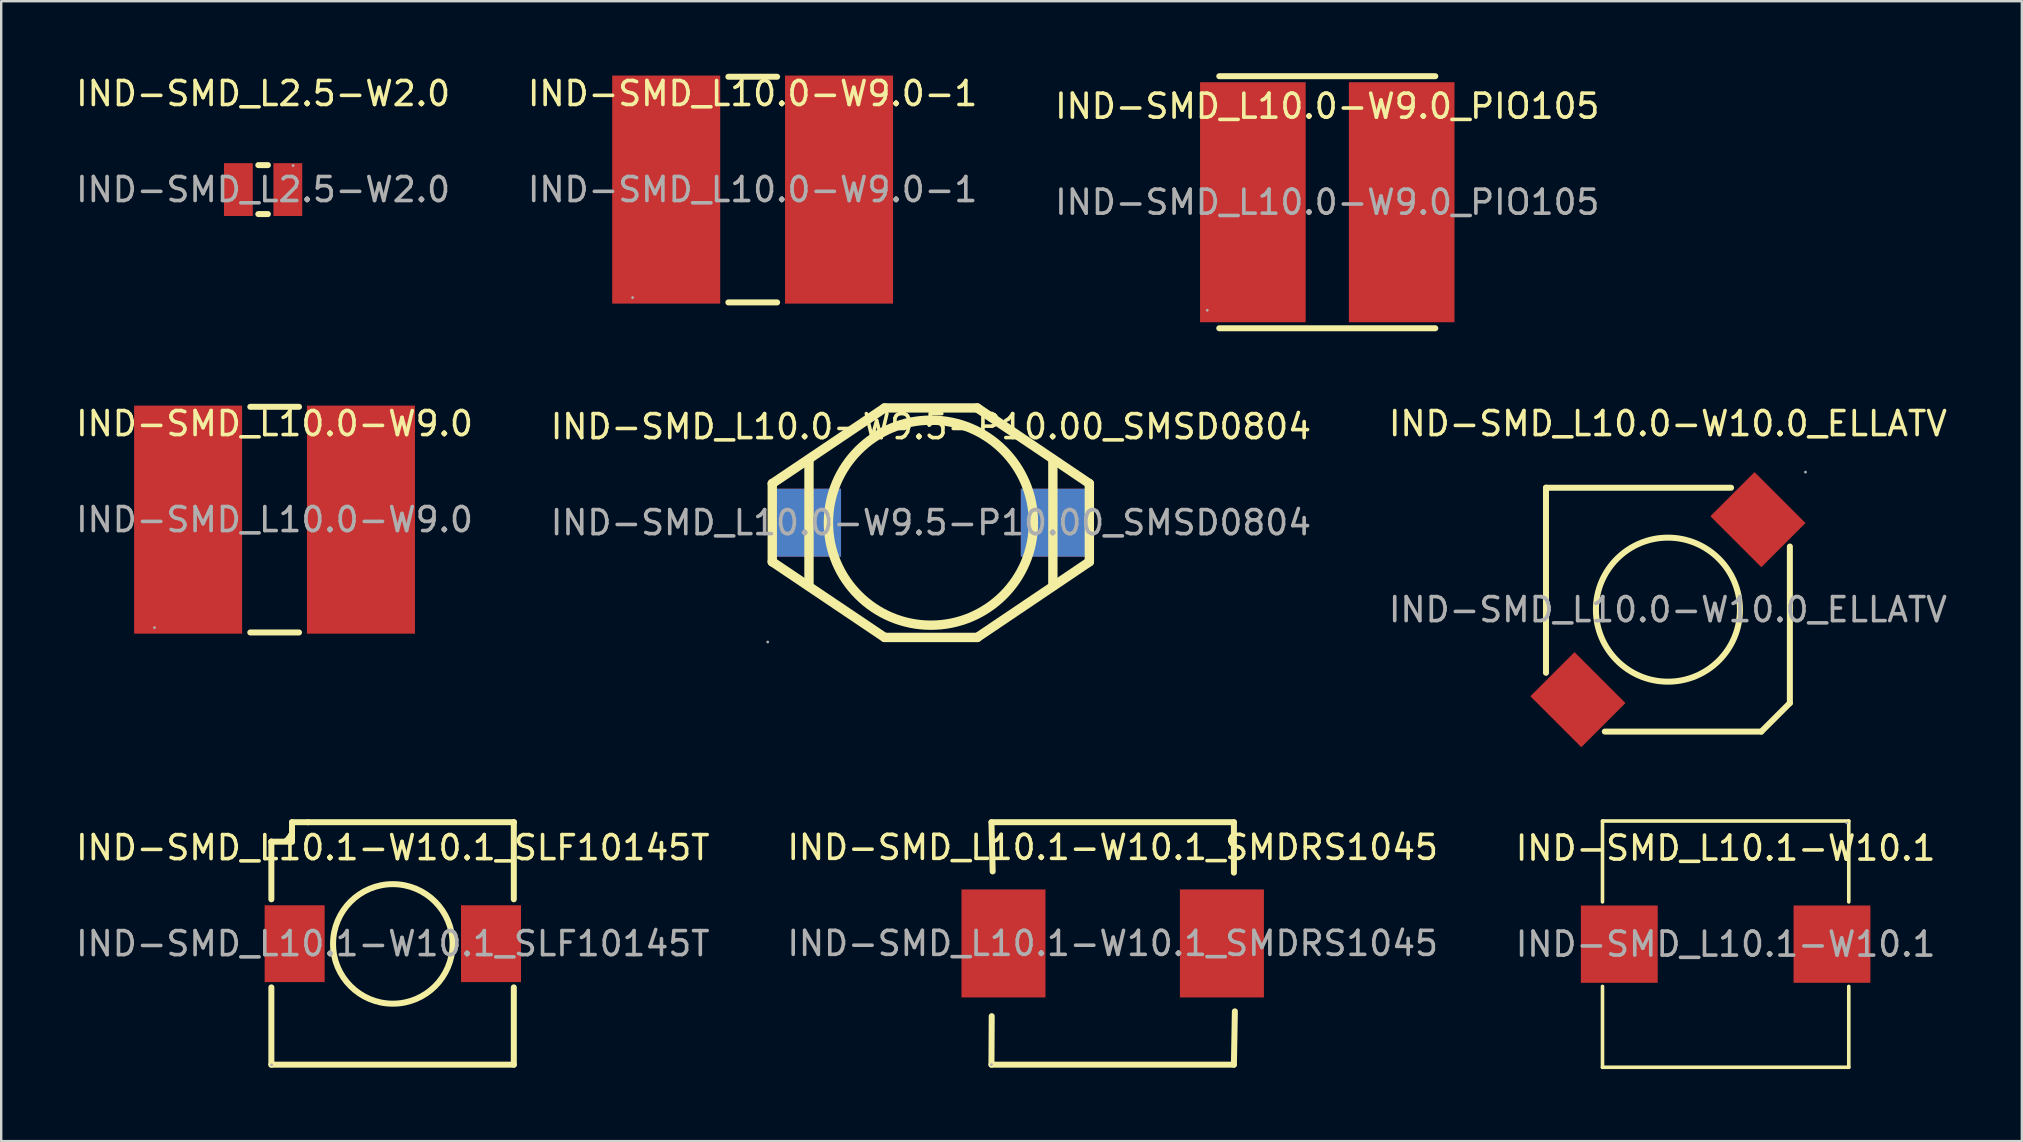
<source format=kicad_pcb>
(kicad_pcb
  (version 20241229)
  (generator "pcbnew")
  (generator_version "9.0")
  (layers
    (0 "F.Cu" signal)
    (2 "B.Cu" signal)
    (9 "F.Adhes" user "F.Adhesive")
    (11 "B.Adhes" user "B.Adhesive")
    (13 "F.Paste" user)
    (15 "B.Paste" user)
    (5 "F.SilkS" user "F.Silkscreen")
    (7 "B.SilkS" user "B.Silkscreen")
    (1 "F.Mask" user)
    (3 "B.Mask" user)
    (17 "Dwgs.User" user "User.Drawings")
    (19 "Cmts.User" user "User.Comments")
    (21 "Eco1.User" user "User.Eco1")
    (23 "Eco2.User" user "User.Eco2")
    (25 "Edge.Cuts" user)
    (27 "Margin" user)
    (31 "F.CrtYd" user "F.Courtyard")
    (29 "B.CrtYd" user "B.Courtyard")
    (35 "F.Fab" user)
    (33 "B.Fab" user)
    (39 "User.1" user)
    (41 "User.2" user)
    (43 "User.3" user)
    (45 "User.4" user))
  (footprint "IND-SMD_L10.0-W10.0_ELLATV"
    (layer "F.Cu")
    (at 66.435 22.348)
    (property "Reference" "IND-SMD_L10.0-W10.0_ELLATV" (at 0 -7.75 0) (layer "F.SilkS") (effects (font (size 1 1) (thickness 0.15))))
    (attr through_hole)
    (fp_line (start -5.08 -5.08) (end -5.08 2.63) (stroke (width 0.25) (type solid)) (layer "F.SilkS"))
    (fp_line (start -2.63 5.08) (end 3.89 5.08) (stroke (width 0.25) (type solid)) (layer "F.SilkS"))
    (fp_line (start 2.63 -5.08) (end -5.08 -5.08) (stroke (width 0.25) (type solid)) (layer "F.SilkS"))
    (fp_line (start 3.89 5.08) (end 5.08 3.89) (stroke (width 0.25) (type solid)) (layer "F.SilkS"))
    (fp_line (start 5.08 3.89) (end 5.08 -2.63) (stroke (width 0.25) (type solid)) (layer "F.SilkS"))
    (fp_circle (center 0 0) (end 3 0) (stroke (width 0.25) (type solid)) (fill no) (layer "F.SilkS"))
    (fp_circle (center 5.73 -5.73) (end 5.76 -5.73) (stroke (width 0.06) (type solid)) (fill no) (layer "F.Fab"))
    (fp_text user "${REFERENCE}" (at 0 0 0) (layer "F.Fab") (effects (font (size 1 1) (thickness 0.15))))
    (pad "1" smd rect (at 3.75 -3.75 135) (size 3 2.6) (layers "F.Cu" "F.Mask" "F.Paste"))
    (pad "2" smd rect (at -3.75 3.75 315) (size 3 2.6) (layers "F.Cu" "F.Mask" "F.Paste")))
  (footprint "IND-SMD_L10.0-W9.0_PIO105"
    (layer "F.Cu")
    (at 52.244 5.375)
    (property "Reference" "IND-SMD_L10.0-W9.0_PIO105" (at 0 -4 0) (layer "F.SilkS") (effects (font (size 1 1) (thickness 0.15))))
    (attr through_hole)
    (fp_line (start -4.5 -5.25) (end 4.5 -5.25) (stroke (width 0.25) (type solid)) (layer "F.SilkS"))
    (fp_line (start -4.5 5.25) (end 4.5 5.25) (stroke (width 0.25) (type solid)) (layer "F.SilkS"))
    (fp_circle (center -5 4.5) (end -4.97 4.5) (stroke (width 0.06) (type solid)) (fill no) (layer "F.Fab"))
    (fp_text user "${REFERENCE}" (at 0 0 0) (layer "F.Fab") (effects (font (size 1 1) (thickness 0.15))))
    (pad "1" smd rect (at -3.1 0 90) (size 10 4.4) (layers "F.Cu" "F.Mask" "F.Paste"))
    (pad "2" smd rect (at 3.1 0 90) (size 10 4.4) (layers "F.Cu" "F.Mask" "F.Paste")))
  (footprint "IND-SMD_L10.0-W9.5-P10.00_SMSD0804"
    (layer "F.Cu")
    (at 35.732 18.725)
    (property "Reference" "IND-SMD_L10.0-W9.5-P10.00_SMSD0804" (at 0 -4 0) (layer "F.SilkS") (effects (font (size 1 1) (thickness 0.15))))
    (attr through_hole)
    (fp_line (start -6.61 -1.63) (end -6.61 1.63) (stroke (width 0.39) (type solid)) (layer "F.SilkS"))
    (fp_line (start -6.61 -1.63) (end -1.93 -4.78) (stroke (width 0.39) (type solid)) (layer "F.SilkS"))
    (fp_line (start -5.08 2.64) (end -5.08 -2.64) (stroke (width 0.39) (type solid)) (layer "F.SilkS"))
    (fp_line (start -1.93 -4.78) (end 1.93 -4.78) (stroke (width 0.39) (type solid)) (layer "F.SilkS"))
    (fp_line (start -1.93 4.78) (end -6.61 1.63) (stroke (width 0.39) (type solid)) (layer "F.SilkS"))
    (fp_line (start -1.93 4.78) (end 1.93 4.78) (stroke (width 0.39) (type solid)) (layer "F.SilkS"))
    (fp_line (start 1.93 -4.78) (end 6.6 -1.63) (stroke (width 0.39) (type solid)) (layer "F.SilkS"))
    (fp_line (start 5.08 2.64) (end 5.08 -2.64) (stroke (width 0.39) (type solid)) (layer "F.SilkS"))
    (fp_line (start 6.6 -1.63) (end 6.6 1.63) (stroke (width 0.39) (type solid)) (layer "F.SilkS"))
    (fp_line (start 6.6 1.63) (end 1.93 4.78) (stroke (width 0.39) (type solid)) (layer "F.SilkS"))
    (fp_circle (center 0 0) (end 4.27 0) (stroke (width 0.39) (type solid)) (fill no) (layer "F.SilkS"))
    (fp_circle (center -6.8 4.97) (end -6.77 4.97) (stroke (width 0.06) (type solid)) (fill no) (layer "F.Fab"))
    (fp_text user "${REFERENCE}" (at 0 0 0) (layer "F.Fab") (effects (font (size 1 1) (thickness 0.15))))
    (pad "1" thru_hole rect (at -5.23 0) (size 2.97 2.83) (drill 0.001) (layers "F.Cu" "F.Mask" "F.Paste"))
    (pad "2" thru_hole rect (at 5.23 0) (size 2.97 2.83) (drill 0.001) (layers "F.Cu" "F.Mask" "F.Paste")))
  (footprint "IND-SMD_L10.1-W10.1"
    (layer "F.Cu")
    (at 68.839 36.283)
    (property "Reference" "IND-SMD_L10.1-W10.1" (at 0 -4 0) (layer "F.SilkS") (effects (font (size 1 1) (thickness 0.15))))
    (attr through_hole)
    (fp_line (start -5.13 -5.13) (end 5.13 -5.13) (stroke (width 0.15) (type solid)) (layer "F.SilkS"))
    (fp_line (start -5.13 -1.76) (end -5.13 -5.13) (stroke (width 0.15) (type solid)) (layer "F.SilkS"))
    (fp_line (start -5.13 1.76) (end -5.13 5.13) (stroke (width 0.15) (type solid)) (layer "F.SilkS"))
    (fp_line (start -5.13 5.13) (end 5.13 5.13) (stroke (width 0.15) (type solid)) (layer "F.SilkS"))
    (fp_line (start 5.13 -5.13) (end 5.13 -1.76) (stroke (width 0.15) (type solid)) (layer "F.SilkS"))
    (fp_line (start 5.13 5.13) (end 5.13 1.76) (stroke (width 0.15) (type solid)) (layer "F.SilkS"))
    (fp_circle (center 5.05 -5.05) (end 5.08 -5.05) (stroke (width 0.06) (type solid)) (fill no) (layer "F.Fab"))
    (fp_text user "${REFERENCE}" (at 0 0 0) (layer "F.Fab") (effects (font (size 1 1) (thickness 0.15))))
    (pad "1" smd rect (at 4.43 0) (size 3.2 3.22) (layers "F.Cu" "F.Mask" "F.Paste"))
    (pad "2" smd rect (at -4.43 0) (size 3.2 3.22) (layers "F.Cu" "F.Mask" "F.Paste")))
  (footprint "IND-SMD_L10.1-W10.1_SMDRS1045"
    (layer "F.Cu")
    (at 43.304 36.253)
    (property "Reference" "IND-SMD_L10.1-W10.1_SMDRS1045" (at 0 -4 0) (layer "F.SilkS") (effects (font (size 1 1) (thickness 0.15))))
    (attr through_hole)
    (fp_line (start -5.05 -5.05) (end 5.05 -5.05) (stroke (width 0.25) (type solid)) (layer "F.SilkS"))
    (fp_line (start -5.05 5.05) (end -5.04 3.03) (stroke (width 0.25) (type solid)) (layer "F.SilkS"))
    (fp_line (start -5 -3) (end -5.05 -5.05) (stroke (width 0.25) (type solid)) (layer "F.SilkS"))
    (fp_line (start 5.05 -5.05) (end 5.05 -2.95) (stroke (width 0.25) (type solid)) (layer "F.SilkS"))
    (fp_line (start 5.05 5.05) (end -5.05 5.05) (stroke (width 0.25) (type solid)) (layer "F.SilkS"))
    (fp_line (start 5.09 2.83) (end 5.05 5.05) (stroke (width 0.25) (type solid)) (layer "F.SilkS"))
    (fp_circle (center -5.05 5.05) (end -5.02 5.05) (stroke (width 0.06) (type solid)) (fill no) (layer "F.Fab"))
    (fp_text user "${REFERENCE}" (at 0 0 0) (layer "F.Fab") (effects (font (size 1 1) (thickness 0.15))))
    (pad "1" smd rect (at -4.55 0 90) (size 4.5 3.5) (layers "F.Cu" "F.Mask" "F.Paste"))
    (pad "2" smd rect (at 4.55 0 90) (size 4.5 3.5) (layers "F.Cu" "F.Mask" "F.Paste")))
  (footprint "IND-SMD_L10.0-W9.0-1"
    (layer "F.Cu")
    (at 28.304 4.848)
    (property "Reference" "IND-SMD_L10.0-W9.0-1" (at 0 -4 0) (layer "F.SilkS") (effects (font (size 1 1) (thickness 0.15))))
    (attr through_hole)
    (fp_line (start -1.01 -4.7) (end 1.02 -4.7) (stroke (width 0.25) (type solid)) (layer "F.SilkS"))
    (fp_line (start -1.01 4.7) (end 1.02 4.7) (stroke (width 0.25) (type solid)) (layer "F.SilkS"))
    (fp_circle (center -5 4.5) (end -4.97 4.5) (stroke (width 0.06) (type solid)) (fill no) (layer "F.Fab"))
    (fp_text user "${REFERENCE}" (at 0 0 0) (layer "F.Fab") (effects (font (size 1 1) (thickness 0.15))))
    (pad "1" smd rect (at -3.6 0) (size 4.5 9.5) (layers "F.Cu" "F.Mask" "F.Paste"))
    (pad "2" smd rect (at 3.6 0) (size 4.5 9.5) (layers "F.Cu" "F.Mask" "F.Paste")))
  (footprint "IND-SMD_L10.0-W9.0"
    (layer "F.Cu")
    (at 8.387 18.598)
    (property "Reference" "IND-SMD_L10.0-W9.0" (at 0 -4 0) (layer "F.SilkS") (effects (font (size 1 1) (thickness 0.15))))
    (attr through_hole)
    (fp_line (start -1.01 -4.7) (end 1.02 -4.7) (stroke (width 0.25) (type solid)) (layer "F.SilkS"))
    (fp_line (start -1.01 4.7) (end 1.02 4.7) (stroke (width 0.25) (type solid)) (layer "F.SilkS"))
    (fp_circle (center -5 4.5) (end -4.97 4.5) (stroke (width 0.06) (type solid)) (fill no) (layer "F.Fab"))
    (fp_text user "${REFERENCE}" (at 0 0 0) (layer "F.Fab") (effects (font (size 1 1) (thickness 0.15))))
    (pad "1" smd rect (at -3.6 0) (size 4.5 9.5) (layers "F.Cu" "F.Mask" "F.Paste"))
    (pad "2" smd rect (at 3.6 0) (size 4.5 9.5) (layers "F.Cu" "F.Mask" "F.Paste")))
  (footprint "IND-SMD_L10.1-W10.1_SLF10145T"
    (layer "F.Cu")
    (at 13.315 36.263)
    (property "Reference" "IND-SMD_L10.1-W10.1_SLF10145T" (at 0 -4 0) (layer "F.SilkS") (effects (font (size 1 1) (thickness 0.15))))
    (attr through_hole)
    (fp_line (start -5.06 -4.25) (end -5.06 -4.25) (stroke (width 0.25) (type solid)) (layer "F.SilkS"))
    (fp_line (start -5.06 -4.25) (end -5.06 -1.85) (stroke (width 0.25) (type solid)) (layer "F.SilkS"))
    (fp_line (start -5.06 -4.25) (end -4.2 -4.25) (stroke (width 0.25) (type solid)) (layer "F.SilkS"))
    (fp_line (start -5.06 5.04) (end -5.06 1.82) (stroke (width 0.25) (type solid)) (layer "F.SilkS"))
    (fp_line (start -4.2 -5.06) (end -3.54 -5.06) (stroke (width 0.25) (type solid)) (layer "F.SilkS"))
    (fp_line (start -4.2 -4.25) (end -4.2 -5.06) (stroke (width 0.25) (type solid)) (layer "F.SilkS"))
    (fp_line (start -3.54 -5.06) (end 5.04 -5.06) (stroke (width 0.25) (type solid)) (layer "F.SilkS"))
    (fp_line (start 5.04 -5.06) (end 5.04 -5.06) (stroke (width 0.25) (type solid)) (layer "F.SilkS"))
    (fp_line (start 5.04 -5.06) (end 5.04 -1.85) (stroke (width 0.25) (type solid)) (layer "F.SilkS"))
    (fp_line (start 5.04 1.82) (end 5.04 5.04) (stroke (width 0.25) (type solid)) (layer "F.SilkS"))
    (fp_line (start 5.04 5.04) (end -5.06 5.04) (stroke (width 0.25) (type solid)) (layer "F.SilkS"))
    (fp_circle (center 0 0.01) (end 2.49 0.01) (stroke (width 0.25) (type solid)) (fill no) (layer "F.SilkS"))
    (fp_circle (center -5.05 5.05) (end -5.02 5.05) (stroke (width 0.06) (type solid)) (fill no) (layer "F.Fab"))
    (fp_text user "${REFERENCE}" (at 0 0 0) (layer "F.Fab") (effects (font (size 1 1) (thickness 0.15))))
    (pad "1" smd rect (at -4.09 0 90) (size 3.2 2.5) (layers "F.Cu" "F.Mask" "F.Paste"))
    (pad "2" smd rect (at 4.09 0 90) (size 3.2 2.5) (layers "F.Cu" "F.Mask" "F.Paste")))
  (footprint "IND-SMD_L2.5-W2.0"
    (layer "F.Cu")
    (at 7.911 4.848)
    (property "Reference" "IND-SMD_L2.5-W2.0" (at 0 -4 0) (layer "F.SilkS") (effects (font (size 1 1) (thickness 0.15))))
    (attr through_hole)
    (fp_line (start -0.2 1.02) (end 0.2 1.02) (stroke (width 0.25) (type solid)) (layer "F.SilkS"))
    (fp_line (start 0.2 -1.02) (end -0.2 -1.02) (stroke (width 0.25) (type solid)) (layer "F.SilkS"))
    (fp_circle (center 1.25 -1) (end 1.28 -1) (stroke (width 0.06) (type solid)) (fill no) (layer "F.Fab"))
    (fp_text user "${REFERENCE}" (at 0 0 0) (layer "F.Fab") (effects (font (size 1 1) (thickness 0.15))))
    (pad "1" smd rect (at 1.03 0) (size 1.2 2.2) (layers "F.Cu" "F.Mask" "F.Paste"))
    (pad "2" smd rect (at -1.03 0) (size 1.2 2.2) (layers "F.Cu" "F.Mask" "F.Paste")))
  (gr_rect
    (start -3 -3)
    (end 81.179 44.488)
    (stroke (width 0.1) (type default))
    (fill no)
    (layer "Edge.Cuts")))
</source>
